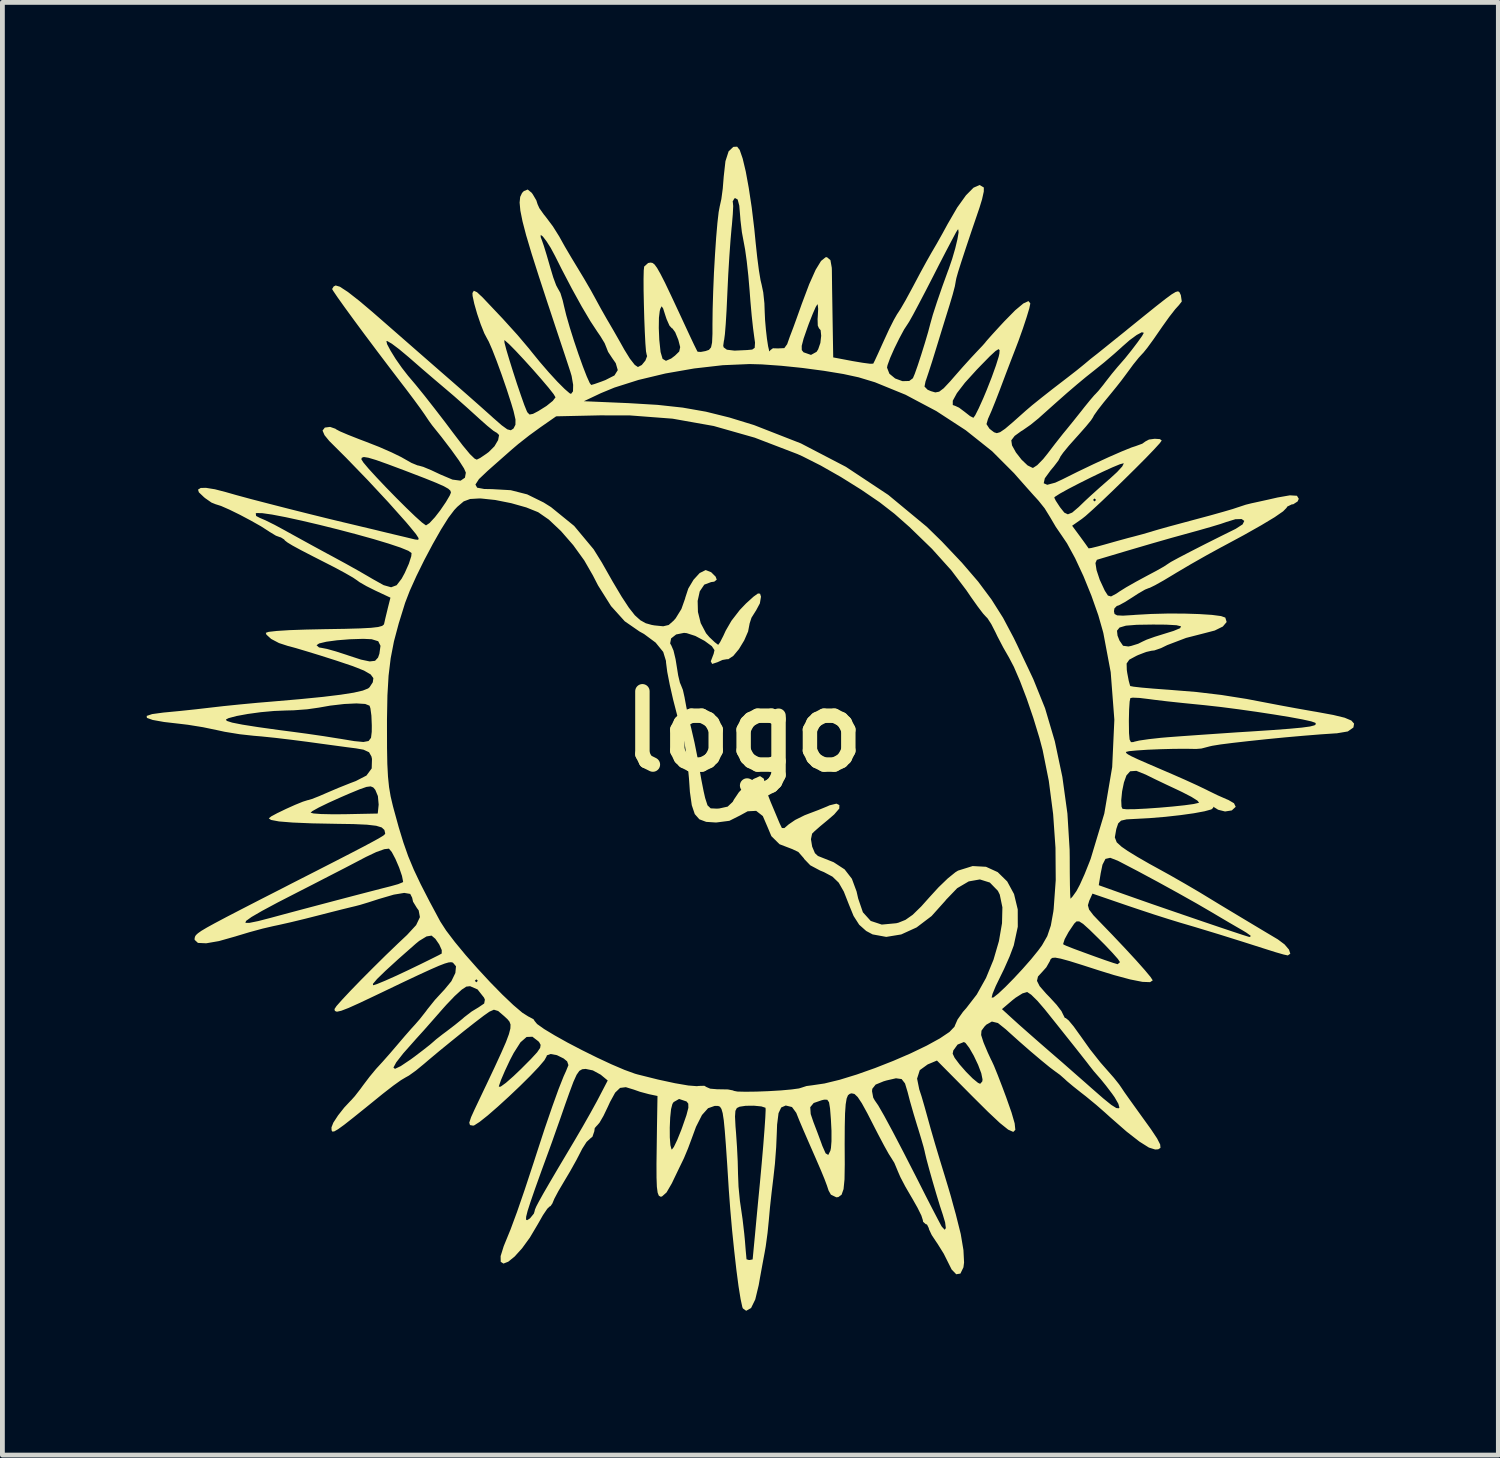
<source format=kicad_pcb>
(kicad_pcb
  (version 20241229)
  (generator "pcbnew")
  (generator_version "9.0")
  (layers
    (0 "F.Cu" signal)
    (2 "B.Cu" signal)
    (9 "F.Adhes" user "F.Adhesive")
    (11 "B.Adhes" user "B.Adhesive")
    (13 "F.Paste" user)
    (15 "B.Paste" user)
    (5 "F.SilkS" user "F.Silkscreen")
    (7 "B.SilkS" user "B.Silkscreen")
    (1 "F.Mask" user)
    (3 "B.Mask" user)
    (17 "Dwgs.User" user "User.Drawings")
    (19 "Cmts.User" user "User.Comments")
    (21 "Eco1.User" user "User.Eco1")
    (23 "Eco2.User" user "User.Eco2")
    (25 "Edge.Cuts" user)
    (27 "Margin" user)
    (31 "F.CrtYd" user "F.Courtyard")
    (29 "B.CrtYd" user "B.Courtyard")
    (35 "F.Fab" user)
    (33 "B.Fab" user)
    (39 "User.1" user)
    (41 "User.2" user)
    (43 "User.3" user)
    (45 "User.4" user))
  (footprint "logo"
    (layer "F.Cu")
    (at 12.413 12.159)
    (property "Reference" "logo" (at 0 0 0) (layer "F.SilkS") (effects (font (size 1.524 1.524) (thickness 0.3))))
    (attr board_only exclude_from_pos_files exclude_from_bom)
    (fp_poly (pts (xy -0.081 -12.09) (xy -0.02 -11.913) (xy 0.044 -11.645) (xy 0.107 -11.3) (xy 0.168 -10.896) (xy 0.222 -10.448) (xy 0.251 -10.154) (xy 0.283 -9.856) (xy 0.318 -9.587) (xy 0.352 -9.382) (xy 0.374 -9.291) (xy 0.408 -9.129) (xy 0.432 -8.902) (xy 0.438 -8.732) (xy 0.446 -8.555) (xy 0.463 -8.357) (xy 0.485 -8.166) (xy 0.509 -8.009) (xy 0.532 -7.912) (xy 0.548 -7.903) (xy 0.552 -7.925) (xy 0.609 -7.967) (xy 0.713 -7.964) (xy 0.846 -7.97) (xy 0.88 -8.017) (xy 1.208 -8.017) (xy 1.209 -7.93) (xy 1.246 -7.883) (xy 1.247 -7.883) (xy 1.401 -7.829) (xy 1.517 -7.893) (xy 1.55 -7.945) (xy 1.596 -8.078) (xy 1.613 -8.227) (xy 1.601 -8.344) (xy 1.566 -8.384) (xy 1.542 -8.439) (xy 1.538 -8.575) (xy 1.542 -8.632) (xy 1.55 -8.787) (xy 1.541 -8.874) (xy 1.534 -8.881) (xy 1.5 -8.827) (xy 1.437 -8.683) (xy 1.356 -8.478) (xy 1.331 -8.409) (xy 1.247 -8.168) (xy 1.208 -8.017) (xy 0.88 -8.017) (xy 0.905 -8.051) (xy 0.961 -8.21) (xy 0.992 -8.291) (xy 1.036 -8.407) (xy 1.107 -8.603) (xy 1.191 -8.838) (xy 1.206 -8.881) (xy 1.363 -9.298) (xy 1.497 -9.598) (xy 1.61 -9.783) (xy 1.704 -9.859) (xy 1.733 -9.861) (xy 1.805 -9.8) (xy 1.833 -9.642) (xy 1.835 -9.594) (xy 1.837 -9.435) (xy 1.84 -9.186) (xy 1.845 -8.882) (xy 1.85 -8.562) (xy 1.863 -7.777) (xy 2.27 -7.7) (xy 2.478 -7.665) (xy 2.631 -7.645) (xy 2.695 -7.647) (xy 2.727 -7.71) (xy 2.796 -7.859) (xy 2.889 -8.065) (xy 2.921 -8.135) (xy 3.027 -8.365) (xy 3.124 -8.558) (xy 3.193 -8.679) (xy 3.204 -8.694) (xy 3.266 -8.79) (xy 3.367 -8.964) (xy 3.488 -9.187) (xy 3.54 -9.284) (xy 3.673 -9.535) (xy 3.8 -9.767) (xy 3.899 -9.942) (xy 3.921 -9.98) (xy 4.016 -10.142) (xy 4.139 -10.361) (xy 4.242 -10.55) (xy 4.441 -10.893) (xy 4.623 -11.147) (xy 4.78 -11.306) (xy 4.907 -11.362) (xy 4.995 -11.31) (xy 4.994 -11.226) (xy 4.958 -11.064) (xy 4.905 -10.891) (xy 4.741 -10.41) (xy 4.615 -10.034) (xy 4.523 -9.753) (xy 4.46 -9.554) (xy 4.424 -9.426) (xy 4.41 -9.357) (xy 4.409 -9.348) (xy 4.392 -9.254) (xy 4.346 -9.08) (xy 4.285 -8.875) (xy 4.205 -8.618) (xy 4.108 -8.304) (xy 4.013 -7.994) (xy 3.999 -7.949) (xy 3.92 -7.693) (xy 3.847 -7.468) (xy 3.795 -7.312) (xy 3.783 -7.28) (xy 3.761 -7.171) (xy 3.825 -7.105) (xy 3.895 -7.075) (xy 3.986 -7.049) (xy 4.066 -7.064) (xy 4.16 -7.135) (xy 4.295 -7.279) (xy 4.375 -7.371) (xy 4.554 -7.575) (xy 4.727 -7.766) (xy 4.856 -7.904) (xy 4.859 -7.907) (xy 4.967 -8.021) (xy 5.027 -8.089) (xy 5.03 -8.095) (xy 5.07 -8.142) (xy 5.175 -8.26) (xy 5.328 -8.427) (xy 5.419 -8.525) (xy 5.647 -8.757) (xy 5.817 -8.899) (xy 5.923 -8.948) (xy 5.961 -8.901) (xy 5.961 -8.896) (xy 5.94 -8.796) (xy 5.885 -8.613) (xy 5.807 -8.377) (xy 5.716 -8.122) (xy 5.65 -7.949) (xy 5.561 -7.719) (xy 5.451 -7.431) (xy 5.343 -7.144) (xy 5.333 -7.117) (xy 5.239 -6.874) (xy 5.154 -6.663) (xy 5.092 -6.522) (xy 5.082 -6.5) (xy 5.05 -6.39) (xy 5.111 -6.296) (xy 5.146 -6.267) (xy 5.208 -6.22) (xy 5.264 -6.202) (xy 5.333 -6.222) (xy 5.436 -6.292) (xy 5.589 -6.422) (xy 5.813 -6.621) (xy 5.861 -6.664) (xy 5.999 -6.782) (xy 6.202 -6.945) (xy 6.431 -7.125) (xy 6.518 -7.192) (xy 6.734 -7.358) (xy 6.923 -7.505) (xy 7.054 -7.611) (xy 7.088 -7.639) (xy 7.212 -7.743) (xy 7.277 -7.794) (xy 7.355 -7.855) (xy 7.508 -7.978) (xy 7.714 -8.144) (xy 7.953 -8.336) (xy 7.973 -8.353) (xy 8.319 -8.633) (xy 8.58 -8.843) (xy 8.77 -8.992) (xy 8.9 -9.088) (xy 8.984 -9.138) (xy 9.033 -9.151) (xy 9.061 -9.135) (xy 9.08 -9.097) (xy 9.092 -9.069) (xy 9.111 -8.94) (xy 9.052 -8.864) (xy 8.974 -8.778) (xy 8.85 -8.619) (xy 8.705 -8.416) (xy 8.663 -8.355) (xy 8.519 -8.147) (xy 8.395 -7.977) (xy 8.31 -7.872) (xy 8.296 -7.858) (xy 8.217 -7.772) (xy 8.1 -7.627) (xy 8.04 -7.545) (xy 7.935 -7.403) (xy 7.849 -7.288) (xy 7.756 -7.17) (xy 7.63 -7.015) (xy 7.487 -6.841) (xy 7.366 -6.686) (xy 7.285 -6.571) (xy 7.264 -6.53) (xy 7.224 -6.469) (xy 7.119 -6.341) (xy 6.97 -6.172) (xy 6.923 -6.12) (xy 6.764 -5.942) (xy 6.646 -5.798) (xy 6.586 -5.713) (xy 6.583 -5.703) (xy 6.545 -5.632) (xy 6.449 -5.506) (xy 6.387 -5.433) (xy 6.263 -5.263) (xy 6.24 -5.16) (xy 6.314 -5.128) (xy 6.479 -5.172) (xy 6.622 -5.238) (xy 6.947 -5.4) (xy 7.279 -5.559) (xy 7.593 -5.704) (xy 7.863 -5.822) (xy 8.065 -5.904) (xy 8.154 -5.933) (xy 8.29 -5.983) (xy 8.357 -6.031) (xy 8.429 -6.069) (xy 8.548 -6.085) (xy 8.656 -6.078) (xy 8.694 -6.049) (xy 8.652 -5.991) (xy 8.536 -5.864) (xy 8.364 -5.685) (xy 8.153 -5.473) (xy 7.919 -5.242) (xy 7.681 -5.01) (xy 7.455 -4.794) (xy 7.258 -4.611) (xy 7.108 -4.477) (xy 7.033 -4.418) (xy 6.831 -4.277) (xy 7 -4.048) (xy 7.101 -3.909) (xy 7.164 -3.82) (xy 7.174 -3.806) (xy 7.231 -3.814) (xy 7.373 -3.849) (xy 7.518 -3.889) (xy 7.762 -3.958) (xy 8.003 -4.024) (xy 8.104 -4.05) (xy 8.306 -4.104) (xy 8.484 -4.156) (xy 8.508 -4.164) (xy 8.627 -4.199) (xy 8.837 -4.258) (xy 9.108 -4.331) (xy 9.409 -4.412) (xy 9.707 -4.492) (xy 9.97 -4.566) (xy 10.169 -4.624) (xy 10.277 -4.66) (xy 10.278 -4.66) (xy 10.441 -4.714) (xy 10.557 -4.743) (xy 10.7 -4.774) (xy 10.913 -4.821) (xy 11.102 -4.864) (xy 11.359 -4.909) (xy 11.506 -4.9) (xy 11.544 -4.837) (xy 11.52 -4.782) (xy 11.43 -4.724) (xy 11.397 -4.72) (xy 11.305 -4.675) (xy 11.289 -4.648) (xy 11.218 -4.576) (xy 11.042 -4.454) (xy 10.766 -4.288) (xy 10.398 -4.08) (xy 9.943 -3.835) (xy 9.936 -3.832) (xy 9.631 -3.665) (xy 9.298 -3.476) (xy 9 -3.3) (xy 8.946 -3.267) (xy 8.731 -3.138) (xy 8.556 -3.04) (xy 8.446 -2.986) (xy 8.427 -2.981) (xy 8.347 -2.949) (xy 8.204 -2.866) (xy 8.095 -2.795) (xy 7.929 -2.69) (xy 7.803 -2.622) (xy 7.76 -2.608) (xy 7.71 -2.557) (xy 7.701 -2.498) (xy 7.713 -2.442) (xy 7.767 -2.413) (xy 7.889 -2.407) (xy 8.105 -2.42) (xy 8.151 -2.424) (xy 8.472 -2.442) (xy 8.816 -2.451) (xy 9.158 -2.45) (xy 9.473 -2.44) (xy 9.738 -2.423) (xy 9.928 -2.398) (xy 10.016 -2.367) (xy 10.044 -2.275) (xy 9.965 -2.181) (xy 9.797 -2.098) (xy 9.586 -2.043) (xy 9.2 -1.944) (xy 8.809 -1.795) (xy 8.68 -1.732) (xy 8.541 -1.684) (xy 8.48 -1.677) (xy 8.367 -1.651) (xy 8.204 -1.588) (xy 8.163 -1.569) (xy 8.02 -1.492) (xy 7.964 -1.412) (xy 7.968 -1.277) (xy 7.977 -1.215) (xy 8.008 -1.053) (xy 8.035 -0.954) (xy 8.041 -0.943) (xy 8.109 -0.93) (xy 8.276 -0.911) (xy 8.518 -0.89) (xy 8.81 -0.868) (xy 8.83 -0.867) (xy 9.413 -0.82) (xy 9.935 -0.758) (xy 10.459 -0.675) (xy 10.888 -0.593) (xy 11.165 -0.54) (xy 11.502 -0.478) (xy 11.836 -0.419) (xy 11.914 -0.406) (xy 12.261 -0.342) (xy 12.497 -0.285) (xy 12.637 -0.226) (xy 12.694 -0.162) (xy 12.681 -0.086) (xy 12.677 -0.079) (xy 12.563 0.001) (xy 12.332 0.04) (xy 12.318 0.04) (xy 12.005 0.061) (xy 11.645 0.09) (xy 11.259 0.124) (xy 10.872 0.162) (xy 10.504 0.201) (xy 10.178 0.238) (xy 9.917 0.271) (xy 9.744 0.299) (xy 9.688 0.312) (xy 9.52 0.356) (xy 9.409 0.365) (xy 9.197 0.361) (xy 8.94 0.363) (xy 8.666 0.37) (xy 8.401 0.381) (xy 8.175 0.396) (xy 8.015 0.411) (xy 7.95 0.427) (xy 7.949 0.428) (xy 7.957 0.45) (xy 7.991 0.477) (xy 8.066 0.518) (xy 8.2 0.581) (xy 8.408 0.672) (xy 8.705 0.8) (xy 8.912 0.889) (xy 9.176 1.005) (xy 9.43 1.121) (xy 9.626 1.215) (xy 9.657 1.231) (xy 9.856 1.328) (xy 10.042 1.41) (xy 10.081 1.426) (xy 10.197 1.494) (xy 10.232 1.567) (xy 10.232 1.568) (xy 10.151 1.643) (xy 10.011 1.665) (xy 9.867 1.629) (xy 9.828 1.604) (xy 9.764 1.565) (xy 9.766 1.588) (xy 9.726 1.622) (xy 9.584 1.661) (xy 9.363 1.702) (xy 9.084 1.741) (xy 8.771 1.776) (xy 8.445 1.803) (xy 8.17 1.818) (xy 7.964 1.829) (xy 7.849 1.855) (xy 7.789 1.913) (xy 7.752 2.022) (xy 7.746 2.048) (xy 7.719 2.204) (xy 7.758 2.306) (xy 7.859 2.398) (xy 7.988 2.487) (xy 8.192 2.612) (xy 8.437 2.753) (xy 8.563 2.822) (xy 8.862 2.987) (xy 9.182 3.17) (xy 9.467 3.337) (xy 9.533 3.377) (xy 9.916 3.61) (xy 10.365 3.88) (xy 10.837 4.163) (xy 11.109 4.325) (xy 11.248 4.429) (xy 11.34 4.537) (xy 11.368 4.622) (xy 11.317 4.658) (xy 11.315 4.658) (xy 11.23 4.64) (xy 11.064 4.592) (xy 10.861 4.528) (xy 10.394 4.379) (xy 9.883 4.219) (xy 9.386 4.068) (xy 9.067 3.974) (xy 8.839 3.904) (xy 8.537 3.808) (xy 8.205 3.698) (xy 7.959 3.615) (xy 7.254 3.373) (xy 7.187 3.521) (xy 7.159 3.615) (xy 7.183 3.704) (xy 7.273 3.822) (xy 7.376 3.93) (xy 7.665 4.229) (xy 7.931 4.51) (xy 8.161 4.759) (xy 8.342 4.963) (xy 8.461 5.106) (xy 8.507 5.176) (xy 8.507 5.177) (xy 8.452 5.214) (xy 8.293 5.208) (xy 8.04 5.158) (xy 7.702 5.067) (xy 7.398 4.973) (xy 7.035 4.856) (xy 6.772 4.774) (xy 6.593 4.725) (xy 6.48 4.704) (xy 6.416 4.71) (xy 6.383 4.738) (xy 6.367 4.778) (xy 6.294 4.906) (xy 6.209 5.001) (xy 6.121 5.097) (xy 6.1 5.187) (xy 6.155 5.297) (xy 6.292 5.454) (xy 6.363 5.527) (xy 6.508 5.685) (xy 6.609 5.816) (xy 6.642 5.884) (xy 6.679 5.957) (xy 6.7 5.962) (xy 6.759 6.01) (xy 6.863 6.135) (xy 6.99 6.312) (xy 6.995 6.318) (xy 7.201 6.608) (xy 7.421 6.886) (xy 7.695 7.198) (xy 7.701 7.205) (xy 7.807 7.338) (xy 7.856 7.409) (xy 7.918 7.502) (xy 8.035 7.667) (xy 8.185 7.876) (xy 8.272 7.997) (xy 8.471 8.273) (xy 8.599 8.466) (xy 8.662 8.59) (xy 8.668 8.66) (xy 8.621 8.69) (xy 8.558 8.694) (xy 8.428 8.654) (xy 8.231 8.53) (xy 7.963 8.321) (xy 7.62 8.021) (xy 7.514 7.925) (xy 7.332 7.766) (xy 7.117 7.589) (xy 7.018 7.512) (xy 6.853 7.381) (xy 6.724 7.273) (xy 6.677 7.229) (xy 6.577 7.141) (xy 6.483 7.073) (xy 6.366 6.985) (xy 6.184 6.836) (xy 5.964 6.65) (xy 5.734 6.449) (xy 5.52 6.257) (xy 5.452 6.195) (xy 5.288 6.064) (xy 5.162 6.033) (xy 5.047 6.098) (xy 5.008 6.138) (xy 4.946 6.223) (xy 4.939 6.313) (xy 4.985 6.458) (xy 5 6.496) (xy 5.077 6.678) (xy 5.146 6.827) (xy 5.159 6.851) (xy 5.206 6.953) (xy 5.283 7.143) (xy 5.379 7.392) (xy 5.46 7.609) (xy 5.571 7.925) (xy 5.636 8.15) (xy 5.65 8.285) (xy 5.607 8.328) (xy 5.501 8.281) (xy 5.328 8.142) (xy 5.082 7.911) (xy 4.758 7.589) (xy 4.752 7.583) (xy 4.02 6.844) (xy 3.827 6.925) (xy 3.663 7.044) (xy 3.607 7.22) (xy 3.652 7.443) (xy 3.7 7.589) (xy 3.763 7.806) (xy 3.82 8.011) (xy 3.89 8.264) (xy 3.981 8.578) (xy 4.076 8.895) (xy 4.1 8.974) (xy 4.181 9.238) (xy 4.252 9.473) (xy 4.302 9.642) (xy 4.315 9.688) (xy 4.361 9.858) (xy 4.416 10.055) (xy 4.417 10.061) (xy 4.515 10.452) (xy 4.571 10.786) (xy 4.584 11.043) (xy 4.571 11.144) (xy 4.508 11.274) (xy 4.421 11.288) (xy 4.326 11.19) (xy 4.266 11.07) (xy 4.161 10.86) (xy 4.03 10.65) (xy 4.011 10.623) (xy 3.911 10.472) (xy 3.855 10.353) (xy 3.85 10.328) (xy 3.813 10.253) (xy 3.788 10.247) (xy 3.732 10.197) (xy 3.726 10.16) (xy 3.696 10.067) (xy 3.615 9.903) (xy 3.501 9.702) (xy 3.487 9.679) (xy 3.361 9.462) (xy 3.259 9.267) (xy 3.201 9.133) (xy 3.2 9.129) (xy 3.134 8.972) (xy 3.078 8.881) (xy 3.018 8.787) (xy 2.92 8.611) (xy 2.8 8.384) (xy 2.731 8.25) (xy 2.574 7.943) (xy 2.458 7.732) (xy 2.372 7.603) (xy 2.305 7.539) (xy 2.245 7.526) (xy 2.208 7.536) (xy 2.17 7.566) (xy 2.142 7.635) (xy 2.122 7.756) (xy 2.109 7.944) (xy 2.103 8.215) (xy 2.101 8.582) (xy 2.103 9.005) (xy 2.098 9.314) (xy 2.078 9.517) (xy 2.037 9.634) (xy 1.97 9.683) (xy 1.928 9.688) (xy 1.815 9.633) (xy 1.767 9.548) (xy 1.732 9.442) (xy 1.682 9.309) (xy 1.608 9.129) (xy 1.5 8.879) (xy 1.351 8.539) (xy 1.247 8.3) (xy 1.16 8.095) (xy 1.105 7.958) (xy 1.095 7.932) (xy 1.008 7.814) (xy 1.385 7.814) (xy 1.395 7.957) (xy 1.451 8.122) (xy 1.535 8.342) (xy 1.613 8.552) (xy 1.636 8.617) (xy 1.705 8.773) (xy 1.76 8.807) (xy 1.804 8.719) (xy 1.816 8.662) (xy 1.827 8.521) (xy 1.827 8.304) (xy 1.815 8.068) (xy 1.797 7.84) (xy 1.776 7.712) (xy 1.739 7.659) (xy 1.676 7.657) (xy 1.622 7.67) (xy 1.457 7.727) (xy 1.385 7.814) (xy 1.008 7.814) (xy 1.006 7.811) (xy 0.876 7.779) (xy 0.782 7.82) (xy 0.726 7.938) (xy 0.696 8.177) (xy 0.69 8.343) (xy 0.677 8.645) (xy 0.651 8.991) (xy 0.618 9.288) (xy 0.582 9.587) (xy 0.548 9.898) (xy 0.525 10.153) (xy 0.525 10.154) (xy 0.498 10.425) (xy 0.46 10.706) (xy 0.437 10.837) (xy 0.391 11.084) (xy 0.339 11.369) (xy 0.314 11.513) (xy 0.242 11.812) (xy 0.155 11.99) (xy 0.053 12.048) (xy -0.015 11.999) (xy -0.027 11.97) (xy -0.063 11.804) (xy -0.106 11.537) (xy -0.151 11.194) (xy -0.196 10.797) (xy -0.24 10.37) (xy -0.278 9.937) (xy -0.309 9.521) (xy -0.31 9.502) (xy -0.342 8.996) (xy -0.369 8.6) (xy -0.392 8.301) (xy -0.413 8.085) (xy -0.425 8.009) (xy -0.179 8.009) (xy -0.169 8.212) (xy -0.158 8.344) (xy -0.138 8.639) (xy -0.123 8.938) (xy -0.117 9.179) (xy -0.117 9.191) (xy -0.106 9.467) (xy -0.077 9.765) (xy -0.061 9.874) (xy -0.022 10.143) (xy 0.013 10.444) (xy 0.027 10.589) (xy 0.043 10.788) (xy 0.056 10.929) (xy 0.06 10.977) (xy 0.111 10.992) (xy 0.124 10.992) (xy 0.186 10.98) (xy 0.188 10.977) (xy 0.194 10.913) (xy 0.21 10.743) (xy 0.235 10.482) (xy 0.266 10.148) (xy 0.303 9.758) (xy 0.337 9.409) (xy 0.376 8.983) (xy 0.409 8.6) (xy 0.434 8.276) (xy 0.451 8.027) (xy 0.458 7.872) (xy 0.455 7.826) (xy 0.369 7.798) (xy 0.214 7.783) (xy 0.043 7.785) (xy -0.084 7.804) (xy -0.141 7.832) (xy -0.171 7.891) (xy -0.179 8.009) (xy -0.425 8.009) (xy -0.435 7.94) (xy -0.461 7.851) (xy -0.492 7.804) (xy -0.531 7.788) (xy -0.58 7.787) (xy -0.604 7.788) (xy -0.74 7.836) (xy -0.866 7.977) (xy -0.99 8.222) (xy -1.076 8.456) (xy -1.156 8.671) (xy -1.239 8.87) (xy -1.259 8.912) (xy -1.341 9.081) (xy -1.444 9.295) (xy -1.492 9.396) (xy -1.603 9.587) (xy -1.699 9.672) (xy -1.729 9.675) (xy -1.764 9.653) (xy -1.788 9.59) (xy -1.804 9.47) (xy -1.811 9.277) (xy -1.812 8.992) (xy -1.807 8.619) (xy -1.802 8.238) (xy -1.536 8.238) (xy -1.535 8.441) (xy -1.523 8.603) (xy -1.5 8.689) (xy -1.491 8.694) (xy -1.45 8.64) (xy -1.381 8.496) (xy -1.298 8.291) (xy -1.273 8.222) (xy -1.189 7.98) (xy -1.149 7.827) (xy -1.151 7.74) (xy -1.187 7.695) (xy -1.342 7.643) (xy -1.456 7.708) (xy -1.481 7.747) (xy -1.509 7.855) (xy -1.527 8.03) (xy -1.536 8.238) (xy -1.802 8.238) (xy -1.791 7.581) (xy -1.967 7.544) (xy -2.154 7.494) (xy -2.285 7.448) (xy -2.449 7.398) (xy -2.569 7.413) (xy -2.671 7.511) (xy -2.778 7.706) (xy -2.819 7.796) (xy -2.914 7.994) (xy -2.997 8.137) (xy -3.049 8.197) (xy -3.052 8.198) (xy -3.096 8.249) (xy -3.105 8.315) (xy -3.144 8.429) (xy -3.189 8.465) (xy -3.266 8.537) (xy -3.357 8.68) (xy -3.385 8.735) (xy -3.477 8.913) (xy -3.606 9.144) (xy -3.736 9.363) (xy -3.853 9.561) (xy -3.937 9.72) (xy -3.974 9.809) (xy -3.975 9.813) (xy -4.016 9.873) (xy -4.028 9.874) (xy -4.082 9.925) (xy -4.172 10.058) (xy -4.279 10.246) (xy -4.282 10.251) (xy -4.445 10.526) (xy -4.609 10.751) (xy -4.762 10.92) (xy -4.894 11.027) (xy -4.994 11.066) (xy -5.051 11.029) (xy -5.053 10.911) (xy -4.989 10.705) (xy -4.963 10.641) (xy -4.846 10.355) (xy -4.771 10.152) (xy -4.525 10.152) (xy -4.503 10.164) (xy -4.461 10.139) (xy -4.44 10.123) (xy -4.362 10.027) (xy -4.347 9.979) (xy -4.339 9.943) (xy -4.311 9.877) (xy -4.255 9.771) (xy -4.166 9.611) (xy -4.035 9.385) (xy -3.857 9.082) (xy -3.624 8.69) (xy -3.514 8.505) (xy -3.351 8.226) (xy -3.188 7.939) (xy -3.052 7.692) (xy -3.012 7.616) (xy -2.826 7.259) (xy -2.972 7.138) (xy -3.135 7.049) (xy -3.285 7.018) (xy -3.357 7.025) (xy -3.416 7.059) (xy -3.473 7.14) (xy -3.539 7.286) (xy -3.625 7.517) (xy -3.707 7.747) (xy -3.811 8.047) (xy -3.908 8.32) (xy -3.984 8.536) (xy -4.03 8.663) (xy -4.203 9.136) (xy -4.335 9.504) (xy -4.43 9.779) (xy -4.492 9.971) (xy -4.522 10.091) (xy -4.525 10.152) (xy -4.771 10.152) (xy -4.711 9.99) (xy -4.553 9.532) (xy -4.368 8.971) (xy -4.309 8.788) (xy -4.136 8.258) (xy -3.98 7.804) (xy -3.848 7.438) (xy -3.743 7.173) (xy -3.694 7.065) (xy -3.643 6.939) (xy -3.67 6.861) (xy -3.743 6.801) (xy -3.883 6.732) (xy -4.013 6.708) (xy -4.091 6.736) (xy -4.099 6.761) (xy -4.143 6.839) (xy -4.262 6.979) (xy -4.438 7.164) (xy -4.651 7.375) (xy -4.882 7.594) (xy -5.111 7.803) (xy -5.32 7.985) (xy -5.49 8.12) (xy -5.6 8.191) (xy -5.623 8.198) (xy -5.69 8.186) (xy -5.705 8.136) (xy -5.667 8.021) (xy -5.594 7.86) (xy -5.37 7.389) (xy -5.09 7.389) (xy -5.051 7.386) (xy -4.943 7.308) (xy -4.784 7.168) (xy -4.628 7.019) (xy -4.423 6.813) (xy -4.294 6.673) (xy -4.231 6.581) (xy -4.221 6.518) (xy -4.251 6.463) (xy -4.268 6.444) (xy -4.392 6.349) (xy -4.513 6.354) (xy -4.64 6.465) (xy -4.782 6.688) (xy -4.857 6.831) (xy -4.963 7.057) (xy -5.045 7.248) (xy -5.087 7.37) (xy -5.09 7.389) (xy -5.37 7.389) (xy -5.362 7.373) (xy -5.179 6.986) (xy -5.041 6.686) (xy -4.942 6.46) (xy -4.88 6.294) (xy -4.85 6.177) (xy -4.847 6.095) (xy -4.869 6.035) (xy -4.91 5.985) (xy -4.967 5.932) (xy -4.979 5.921) (xy -5.104 5.814) (xy -5.193 5.787) (xy -5.286 5.828) (xy -5.401 5.909) (xy -5.587 6.051) (xy -5.82 6.234) (xy -6.074 6.439) (xy -6.328 6.646) (xy -6.555 6.836) (xy -6.645 6.913) (xy -6.814 7.052) (xy -6.959 7.156) (xy -7.029 7.195) (xy -7.125 7.252) (xy -7.285 7.366) (xy -7.477 7.515) (xy -7.515 7.545) (xy -7.86 7.825) (xy -8.12 8.034) (xy -8.307 8.181) (xy -8.433 8.272) (xy -8.511 8.317) (xy -8.552 8.322) (xy -8.568 8.295) (xy -8.57 8.245) (xy -8.57 8.233) (xy -8.532 8.136) (xy -8.434 7.986) (xy -8.305 7.822) (xy -8.172 7.68) (xy -8.161 7.67) (xy -8.085 7.585) (xy -7.972 7.44) (xy -7.913 7.359) (xy -7.778 7.181) (xy -7.649 7.025) (xy -7.618 6.99) (xy -7.282 6.99) (xy -7.25 7.017) (xy -7.13 6.96) (xy -6.92 6.819) (xy -6.837 6.758) (xy -6.66 6.623) (xy -6.524 6.516) (xy -6.459 6.46) (xy -6.459 6.46) (xy -6.394 6.403) (xy -6.265 6.302) (xy -6.179 6.238) (xy -6.004 6.104) (xy -5.851 5.98) (xy -5.807 5.941) (xy -5.656 5.825) (xy -5.511 5.737) (xy -5.395 5.658) (xy -5.38 5.578) (xy -5.399 5.535) (xy -5.533 5.365) (xy -5.688 5.298) (xy -5.767 5.307) (xy -5.862 5.37) (xy -6.009 5.504) (xy -6.182 5.685) (xy -6.251 5.762) (xy -6.45 5.989) (xy -6.649 6.215) (xy -6.814 6.397) (xy -6.841 6.428) (xy -7.077 6.694) (xy -7.224 6.882) (xy -7.282 6.99) (xy -7.618 6.99) (xy -7.609 6.981) (xy -7.504 6.866) (xy -7.353 6.695) (xy -7.204 6.521) (xy -7.048 6.338) (xy -6.912 6.183) (xy -6.829 6.092) (xy -6.731 5.979) (xy -6.607 5.821) (xy -6.574 5.776) (xy -6.418 5.582) (xy -6.245 5.394) (xy -6.224 5.372) (xy -6.077 5.194) (xy -6.073 5.186) (xy -5.589 5.186) (xy -5.558 5.217) (xy -5.527 5.186) (xy -5.558 5.155) (xy -5.589 5.186) (xy -6.073 5.186) (xy -5.994 5.023) (xy -5.981 4.884) (xy -6.045 4.808) (xy -6.083 4.799) (xy -6.135 4.804) (xy -6.215 4.827) (xy -6.337 4.874) (xy -6.513 4.951) (xy -6.757 5.063) (xy -7.082 5.216) (xy -7.501 5.417) (xy -7.652 5.489) (xy -7.981 5.645) (xy -8.214 5.75) (xy -8.367 5.809) (xy -8.457 5.829) (xy -8.499 5.813) (xy -8.508 5.774) (xy -8.466 5.711) (xy -8.349 5.579) (xy -8.173 5.391) (xy -8.035 5.249) (xy -7.708 5.249) (xy -7.706 5.279) (xy -7.622 5.253) (xy -7.452 5.183) (xy -7.221 5.08) (xy -6.966 4.96) (xy -6.705 4.834) (xy -6.488 4.727) (xy -6.338 4.652) (xy -6.278 4.619) (xy -6.277 4.547) (xy -6.33 4.429) (xy -6.41 4.313) (xy -6.489 4.246) (xy -6.593 4.263) (xy -6.746 4.356) (xy -6.816 4.413) (xy -7.179 4.733) (xy -7.447 4.978) (xy -7.623 5.149) (xy -7.708 5.249) (xy -8.035 5.249) (xy -7.954 5.165) (xy -7.705 4.915) (xy -7.444 4.657) (xy -7.184 4.407) (xy -6.998 4.232) (xy -6.81 4.028) (xy -6.731 3.862) (xy -6.757 3.722) (xy -6.795 3.67) (xy -6.874 3.541) (xy -6.893 3.457) (xy -6.933 3.379) (xy -7.057 3.358) (xy -7.274 3.394) (xy -7.582 3.484) (xy -7.799 3.554) (xy -7.977 3.608) (xy -8.073 3.633) (xy -8.169 3.656) (xy -8.356 3.702) (xy -8.605 3.765) (xy -8.819 3.82) (xy -9.126 3.898) (xy -9.424 3.97) (xy -9.672 4.026) (xy -9.781 4.049) (xy -10 4.1) (xy -10.276 4.175) (xy -10.552 4.258) (xy -10.557 4.26) (xy -10.91 4.36) (xy -11.175 4.406) (xy -11.347 4.398) (xy -11.416 4.334) (xy -11.416 4.301) (xy -11.408 4.268) (xy -11.389 4.236) (xy -11.348 4.198) (xy -11.276 4.147) (xy -11.16 4.078) (xy -10.991 3.985) (xy -10.983 3.981) (xy -10.36 3.981) (xy -10.275 3.981) (xy -10.093 3.944) (xy -9.831 3.876) (xy -9.55 3.8) (xy -9.21 3.709) (xy -8.836 3.61) (xy -8.454 3.509) (xy -8.089 3.413) (xy -7.766 3.329) (xy -7.511 3.263) (xy -7.349 3.222) (xy -7.344 3.221) (xy -7.184 3.176) (xy -7.09 3.138) (xy -7.08 3.127) (xy -7.104 3.005) (xy -7.163 2.832) (xy -7.24 2.652) (xy -7.317 2.507) (xy -7.375 2.438) (xy -7.472 2.449) (xy -7.64 2.509) (xy -7.844 2.606) (xy -7.847 2.607) (xy -8.03 2.703) (xy -8.296 2.842) (xy -8.619 3.008) (xy -8.972 3.19) (xy -9.252 3.333) (xy -9.688 3.557) (xy -10.014 3.732) (xy -10.233 3.859) (xy -10.347 3.941) (xy -10.36 3.981) (xy -10.983 3.981) (xy -10.757 3.861) (xy -10.448 3.701) (xy -10.052 3.497) (xy -9.56 3.246) (xy -9.409 3.168) (xy -8.891 2.904) (xy -8.473 2.69) (xy -8.145 2.521) (xy -7.895 2.391) (xy -7.714 2.294) (xy -7.59 2.226) (xy -7.512 2.179) (xy -7.471 2.149) (xy -7.455 2.13) (xy -7.453 2.121) (xy -7.47 2.049) (xy -7.526 1.997) (xy -7.641 1.962) (xy -7.83 1.94) (xy -8.111 1.927) (xy -8.448 1.922) (xy -8.974 1.912) (xy -9.379 1.895) (xy -9.662 1.872) (xy -9.827 1.841) (xy -9.874 1.808) (xy -9.823 1.767) (xy -9.691 1.696) (xy -9.675 1.689) (xy -9.005 1.689) (xy -8.947 1.706) (xy -8.79 1.718) (xy -8.558 1.723) (xy -8.306 1.722) (xy -7.608 1.708) (xy -7.589 1.522) (xy -7.605 1.345) (xy -7.659 1.215) (xy -7.702 1.165) (xy -7.756 1.143) (xy -7.842 1.154) (xy -7.983 1.203) (xy -8.203 1.294) (xy -8.376 1.369) (xy -8.629 1.483) (xy -8.833 1.582) (xy -8.966 1.656) (xy -9.005 1.689) (xy -9.675 1.689) (xy -9.514 1.611) (xy -9.327 1.527) (xy -9.165 1.461) (xy -9.063 1.429) (xy -9.053 1.428) (xy -8.976 1.405) (xy -8.824 1.345) (xy -8.681 1.283) (xy -8.433 1.177) (xy -8.175 1.074) (xy -8.064 1.032) (xy -7.843 0.918) (xy -7.734 0.77) (xy -7.728 0.572) (xy -7.739 0.522) (xy -7.789 0.433) (xy -7.904 0.38) (xy -8.063 0.352) (xy -8.244 0.329) (xy -8.51 0.293) (xy -8.82 0.251) (xy -9.067 0.217) (xy -9.402 0.174) (xy -9.738 0.134) (xy -10.03 0.104) (xy -10.185 0.091) (xy -10.477 0.059) (xy -10.79 0.008) (xy -10.961 -0.029) (xy -11.245 -0.088) (xy -11.556 -0.138) (xy -11.706 -0.156) (xy -12.052 -0.196) (xy -12.287 -0.238) (xy -12.315 -0.248) (xy -10.765 -0.248) (xy -10.748 -0.219) (xy -10.636 -0.183) (xy -10.423 -0.141) (xy -10.101 -0.09) (xy -9.664 -0.029) (xy -9.409 0.004) (xy -9.082 0.048) (xy -8.731 0.099) (xy -8.424 0.148) (xy -8.384 0.154) (xy -8.095 0.202) (xy -7.907 0.22) (xy -7.799 0.2) (xy -7.748 0.133) (xy -7.733 0.009) (xy -7.732 -0.093) (xy -7.416 -0.093) (xy -7.415 0.341) (xy -7.409 0.677) (xy -7.395 0.941) (xy -7.373 1.157) (xy -7.34 1.352) (xy -7.293 1.551) (xy -7.276 1.615) (xy -7.172 1.993) (xy -7.075 2.31) (xy -6.975 2.595) (xy -6.858 2.876) (xy -6.714 3.18) (xy -6.531 3.536) (xy -6.307 3.954) (xy -6.186 4.141) (xy -6.005 4.379) (xy -5.781 4.65) (xy -5.53 4.934) (xy -5.27 5.215) (xy -5.017 5.473) (xy -4.789 5.69) (xy -4.602 5.849) (xy -4.474 5.93) (xy -4.466 5.933) (xy -4.369 5.985) (xy -4.347 6.021) (xy -4.294 6.085) (xy -4.148 6.189) (xy -3.929 6.321) (xy -3.659 6.472) (xy -3.358 6.629) (xy -3.047 6.783) (xy -2.747 6.923) (xy -2.478 7.038) (xy -2.261 7.117) (xy -2.205 7.133) (xy -1.781 7.239) (xy -1.425 7.316) (xy -1.15 7.363) (xy -0.973 7.377) (xy -0.931 7.372) (xy -0.816 7.369) (xy -0.773 7.395) (xy -0.695 7.429) (xy -0.542 7.442) (xy -0.493 7.442) (xy -0.327 7.445) (xy -0.218 7.466) (xy -0.206 7.474) (xy -0.129 7.489) (xy 0.039 7.493) (xy 0.268 7.49) (xy 0.504 7.481) (xy 2.67 7.481) (xy 2.695 7.616) (xy 2.727 7.673) (xy 2.799 7.777) (xy 2.923 7.993) (xy 3.099 8.319) (xy 3.326 8.754) (xy 3.604 9.297) (xy 3.629 9.346) (xy 3.783 9.651) (xy 3.921 9.92) (xy 4.031 10.131) (xy 4.102 10.265) (xy 4.121 10.298) (xy 4.181 10.363) (xy 4.205 10.328) (xy 4.19 10.21) (xy 4.142 10.049) (xy 4.083 9.87) (xy 4.01 9.63) (xy 3.932 9.364) (xy 3.859 9.106) (xy 3.801 8.89) (xy 3.768 8.751) (xy 3.765 8.734) (xy 3.741 8.638) (xy 3.69 8.462) (xy 3.623 8.241) (xy 3.617 8.224) (xy 3.536 7.957) (xy 3.459 7.688) (xy 3.41 7.499) (xy 3.356 7.32) (xy 3.285 7.229) (xy 3.168 7.213) (xy 2.972 7.258) (xy 2.911 7.276) (xy 2.745 7.344) (xy 2.676 7.431) (xy 2.67 7.481) (xy 0.504 7.481) (xy 0.525 7.48) (xy 0.779 7.465) (xy 0.998 7.445) (xy 1.151 7.424) (xy 1.2 7.409) (xy 1.308 7.374) (xy 1.424 7.359) (xy 1.681 7.321) (xy 1.997 7.244) (xy 2.355 7.134) (xy 2.733 7) (xy 3.114 6.85) (xy 3.457 6.702) (xy 4.347 6.702) (xy 4.388 6.788) (xy 4.49 6.924) (xy 4.625 7.078) (xy 4.762 7.216) (xy 4.874 7.308) (xy 4.919 7.328) (xy 4.963 7.278) (xy 4.968 7.237) (xy 4.942 7.109) (xy 4.876 6.934) (xy 4.787 6.746) (xy 4.693 6.582) (xy 4.614 6.478) (xy 4.58 6.459) (xy 4.449 6.512) (xy 4.36 6.635) (xy 4.347 6.702) (xy 3.457 6.702) (xy 3.479 6.692) (xy 3.807 6.534) (xy 4.08 6.384) (xy 4.28 6.25) (xy 4.385 6.14) (xy 4.397 6.108) (xy 4.449 5.99) (xy 4.56 5.833) (xy 4.611 5.775) (xy 5.372 5.775) (xy 5.593 5.977) (xy 5.73 6.101) (xy 5.933 6.28) (xy 6.17 6.488) (xy 6.369 6.661) (xy 6.627 6.884) (xy 6.885 7.111) (xy 7.111 7.309) (xy 7.235 7.419) (xy 7.479 7.632) (xy 7.646 7.767) (xy 7.75 7.832) (xy 7.803 7.837) (xy 7.814 7.822) (xy 7.792 7.743) (xy 7.714 7.607) (xy 7.661 7.532) (xy 7.535 7.366) (xy 7.423 7.228) (xy 7.393 7.194) (xy 7.281 7.065) (xy 7.187 6.946) (xy 7.14 6.884) (xy 7.081 6.809) (xy 6.999 6.705) (xy 6.883 6.558) (xy 6.722 6.356) (xy 6.504 6.082) (xy 6.259 5.776) (xy 6.11 5.603) (xy 5.981 5.476) (xy 5.898 5.42) (xy 5.896 5.419) (xy 5.798 5.448) (xy 5.655 5.538) (xy 5.589 5.59) (xy 5.372 5.775) (xy 4.611 5.775) (xy 4.628 5.756) (xy 4.848 5.471) (xy 5.04 5.127) (xy 5.196 4.748) (xy 5.309 4.36) (xy 5.373 3.989) (xy 5.381 3.658) (xy 5.326 3.393) (xy 5.287 3.315) (xy 5.12 3.143) (xy 4.913 3.078) (xy 4.681 3.119) (xy 4.441 3.26) (xy 4.21 3.5) (xy 4.194 3.521) (xy 3.908 3.84) (xy 3.597 4.076) (xy 3.277 4.222) (xy 2.966 4.273) (xy 2.682 4.221) (xy 2.549 4.15) (xy 2.403 4.02) (xy 2.286 3.837) (xy 2.192 3.607) (xy 2.083 3.33) (xy 1.977 3.145) (xy 1.847 3.02) (xy 1.669 2.925) (xy 1.59 2.893) (xy 1.386 2.784) (xy 1.26 2.653) (xy 1.253 2.639) (xy 1.138 2.507) (xy 1.011 2.447) (xy 0.747 2.346) (xy 0.577 2.178) (xy 0.496 1.985) (xy 0.399 1.76) (xy 0.261 1.652) (xy 0.084 1.661) (xy -0.073 1.747) (xy -0.296 1.859) (xy -0.568 1.894) (xy -0.58 1.894) (xy -0.778 1.881) (xy -0.92 1.828) (xy -1.016 1.719) (xy -1.078 1.535) (xy -1.117 1.259) (xy -1.136 0.983) (xy -1.172 0.6) (xy -1.229 0.236) (xy -1.3 -0.056) (xy -1.301 -0.062) (xy -1.385 -0.348) (xy -1.466 -0.662) (xy -1.536 -0.97) (xy -1.588 -1.237) (xy -1.613 -1.43) (xy -1.615 -1.467) (xy -1.672 -1.653) (xy -1.83 -1.847) (xy -2.07 -2.025) (xy -2.164 -2.077) (xy -2.472 -2.29) (xy -2.757 -2.606) (xy -3.027 -3.035) (xy -3.135 -3.245) (xy -3.314 -3.556) (xy -3.543 -3.873) (xy -3.797 -4.165) (xy -4.05 -4.404) (xy -4.272 -4.558) (xy -4.518 -4.657) (xy -4.833 -4.746) (xy -5.164 -4.812) (xy -5.455 -4.843) (xy -5.499 -4.844) (xy -5.687 -4.833) (xy -5.821 -4.783) (xy -5.954 -4.67) (xy -6.018 -4.602) (xy -6.139 -4.442) (xy -6.293 -4.197) (xy -6.465 -3.894) (xy -6.641 -3.562) (xy -6.805 -3.229) (xy -6.942 -2.925) (xy -7.038 -2.676) (xy -7.04 -2.67) (xy -7.172 -2.244) (xy -7.271 -1.873) (xy -7.339 -1.522) (xy -7.383 -1.158) (xy -7.407 -0.748) (xy -7.416 -0.257) (xy -7.416 -0.093) (xy -7.732 -0.093) (xy -7.732 -0.126) (xy -7.74 -0.328) (xy -7.761 -0.482) (xy -7.779 -0.535) (xy -7.869 -0.571) (xy -8.053 -0.582) (xy -8.305 -0.57) (xy -8.598 -0.536) (xy -8.837 -0.494) (xy -9.074 -0.46) (xy -9.355 -0.439) (xy -9.515 -0.435) (xy -9.763 -0.425) (xy -10.039 -0.4) (xy -10.31 -0.363) (xy -10.545 -0.32) (xy -10.71 -0.276) (xy -10.765 -0.248) (xy -12.315 -0.248) (xy -12.408 -0.281) (xy -12.413 -0.322) (xy -12.3 -0.36) (xy -12.065 -0.392) (xy -12.001 -0.398) (xy -11.719 -0.425) (xy -11.388 -0.46) (xy -11.085 -0.495) (xy -10.816 -0.526) (xy -10.472 -0.561) (xy -10.1 -0.596) (xy -9.812 -0.62) (xy -9.223 -0.671) (xy -8.748 -0.718) (xy -8.379 -0.763) (xy -8.106 -0.806) (xy -7.919 -0.849) (xy -7.809 -0.893) (xy -7.778 -0.919) (xy -7.711 -1.022) (xy -7.699 -1.108) (xy -7.756 -1.185) (xy -7.894 -1.265) (xy -8.126 -1.357) (xy -8.465 -1.471) (xy -8.493 -1.48) (xy -8.804 -1.579) (xy -9.088 -1.666) (xy -9.316 -1.734) (xy -9.459 -1.773) (xy -9.471 -1.775) (xy -9.523 -1.792) (xy -8.881 -1.792) (xy -8.829 -1.746) (xy -8.772 -1.736) (xy -8.662 -1.715) (xy -8.474 -1.662) (xy -8.248 -1.589) (xy -8.229 -1.582) (xy -7.956 -1.493) (xy -7.775 -1.455) (xy -7.664 -1.468) (xy -7.602 -1.535) (xy -7.574 -1.615) (xy -7.551 -1.78) (xy -7.598 -1.875) (xy -7.735 -1.917) (xy -7.909 -1.925) (xy -8.189 -1.916) (xy -8.454 -1.895) (xy -8.676 -1.865) (xy -8.827 -1.829) (xy -8.881 -1.792) (xy -9.523 -1.792) (xy -9.661 -1.837) (xy -9.825 -1.923) (xy -9.923 -2.012) (xy -9.936 -2.05) (xy -9.877 -2.07) (xy -9.707 -2.089) (xy -9.44 -2.106) (xy -9.091 -2.118) (xy -8.716 -2.126) (xy -8.289 -2.133) (xy -7.971 -2.142) (xy -7.746 -2.154) (xy -7.6 -2.171) (xy -7.516 -2.194) (xy -7.48 -2.224) (xy -7.476 -2.236) (xy -7.449 -2.356) (xy -7.407 -2.529) (xy -7.401 -2.555) (xy -7.344 -2.781) (xy -7.658 -2.928) (xy -7.844 -3.021) (xy -7.988 -3.104) (xy -8.038 -3.141) (xy -8.122 -3.198) (xy -8.287 -3.293) (xy -8.504 -3.41) (xy -8.602 -3.46) (xy -8.953 -3.639) (xy -9.208 -3.771) (xy -9.381 -3.865) (xy -9.486 -3.929) (xy -9.54 -3.971) (xy -9.553 -3.99) (xy -9.625 -4.036) (xy -9.637 -4.037) (xy -9.726 -4.07) (xy -9.861 -4.152) (xy -9.88 -4.165) (xy -10.036 -4.265) (xy -10.245 -4.383) (xy -10.473 -4.504) (xy -10.534 -4.534) (xy -10.145 -4.534) (xy -10.137 -4.48) (xy -10.063 -4.441) (xy -9.944 -4.39) (xy -9.756 -4.297) (xy -9.538 -4.179) (xy -9.513 -4.165) (xy -9.263 -4.027) (xy -8.957 -3.859) (xy -8.648 -3.691) (xy -8.549 -3.638) (xy -8.275 -3.489) (xy -8.005 -3.338) (xy -7.784 -3.21) (xy -7.711 -3.167) (xy -7.485 -3.041) (xy -7.33 -2.997) (xy -7.215 -3.04) (xy -7.111 -3.176) (xy -7.046 -3.296) (xy -6.961 -3.487) (xy -6.911 -3.643) (xy -6.905 -3.709) (xy -6.97 -3.755) (xy -7.136 -3.823) (xy -7.385 -3.906) (xy -7.697 -4) (xy -8.053 -4.099) (xy -8.433 -4.199) (xy -8.818 -4.295) (xy -9.188 -4.382) (xy -9.523 -4.455) (xy -9.805 -4.509) (xy -10.014 -4.539) (xy -10.13 -4.54) (xy -10.145 -4.534) (xy -10.534 -4.534) (xy -10.691 -4.611) (xy -10.866 -4.688) (xy -10.967 -4.72) (xy -10.97 -4.72) (xy -11.065 -4.758) (xy -11.198 -4.851) (xy -11.222 -4.871) (xy -11.328 -4.972) (xy -11.345 -5.028) (xy -11.29 -5.062) (xy -11.181 -5.065) (xy -10.994 -5.035) (xy -10.769 -4.977) (xy -10.763 -4.975) (xy -10.549 -4.914) (xy -10.243 -4.831) (xy -9.869 -4.734) (xy -9.456 -4.628) (xy -9.03 -4.521) (xy -8.618 -4.419) (xy -8.322 -4.348) (xy -8.162 -4.31) (xy -7.924 -4.253) (xy -7.65 -4.188) (xy -7.545 -4.162) (xy -7.279 -4.098) (xy -7.043 -4.042) (xy -6.874 -4.001) (xy -6.832 -3.991) (xy -6.766 -3.984) (xy -6.758 -4.017) (xy -6.814 -4.104) (xy -6.943 -4.261) (xy -7.018 -4.35) (xy -7.388 -4.765) (xy -7.816 -5.225) (xy -8.236 -5.659) (xy -7.949 -5.659) (xy -7.907 -5.592) (xy -7.795 -5.459) (xy -7.63 -5.279) (xy -7.433 -5.071) (xy -7.221 -4.854) (xy -7.014 -4.648) (xy -6.831 -4.472) (xy -6.69 -4.345) (xy -6.61 -4.287) (xy -6.603 -4.285) (xy -6.532 -4.332) (xy -6.419 -4.454) (xy -6.309 -4.596) (xy -6.191 -4.769) (xy -6.111 -4.905) (xy -6.086 -4.966) (xy -6.097 -5.005) (xy -6.141 -5.046) (xy -6.233 -5.098) (xy -6.312 -5.133) (xy -5.577 -5.133) (xy -5.541 -5.068) (xy -5.394 -5.041) (xy -5.232 -5.038) (xy -4.843 -5.016) (xy -4.501 -4.929) (xy -4.158 -4.76) (xy -4.005 -4.664) (xy -3.524 -4.273) (xy -3.119 -3.787) (xy -2.95 -3.515) (xy -2.72 -3.11) (xy -2.536 -2.801) (xy -2.387 -2.574) (xy -2.262 -2.415) (xy -2.148 -2.312) (xy -2.035 -2.249) (xy -1.91 -2.214) (xy -1.852 -2.204) (xy -1.672 -2.186) (xy -1.558 -2.213) (xy -1.456 -2.303) (xy -1.413 -2.352) (xy -1.294 -2.545) (xy -1.217 -2.762) (xy -1.213 -2.781) (xy -1.151 -2.97) (xy -1.042 -3.153) (xy -0.914 -3.293) (xy -0.794 -3.353) (xy -0.786 -3.354) (xy -0.676 -3.311) (xy -0.582 -3.218) (xy -0.559 -3.155) (xy -0.611 -3.114) (xy -0.676 -3.105) (xy -0.818 -3.052) (xy -0.912 -2.913) (xy -0.956 -2.714) (xy -0.95 -2.484) (xy -0.892 -2.251) (xy -0.781 -2.041) (xy -0.712 -1.96) (xy -0.601 -1.855) (xy -0.533 -1.803) (xy -0.528 -1.801) (xy -0.491 -1.853) (xy -0.423 -1.985) (xy -0.373 -2.094) (xy -0.253 -2.301) (xy -0.08 -2.525) (xy 0.049 -2.66) (xy 0.207 -2.803) (xy 0.298 -2.868) (xy 0.342 -2.864) (xy 0.361 -2.802) (xy 0.361 -2.801) (xy 0.338 -2.663) (xy 0.256 -2.51) (xy 0.253 -2.507) (xy 0.163 -2.363) (xy 0.124 -2.242) (xy 0.124 -2.239) (xy 0.093 -2.078) (xy 0.012 -1.892) (xy -0.097 -1.712) (xy -0.214 -1.571) (xy -0.317 -1.502) (xy -0.351 -1.501) (xy -0.44 -1.486) (xy -0.543 -1.439) (xy -0.654 -1.403) (xy -0.683 -1.457) (xy -0.629 -1.599) (xy -0.624 -1.61) (xy -0.606 -1.69) (xy -0.661 -1.772) (xy -0.808 -1.88) (xy -0.816 -1.885) (xy -1.004 -1.985) (xy -1.183 -2.043) (xy -1.24 -2.049) (xy -1.403 -2.016) (xy -1.508 -1.934) (xy -1.528 -1.83) (xy -1.502 -1.784) (xy -1.458 -1.681) (xy -1.415 -1.501) (xy -1.393 -1.365) (xy -1.361 -1.165) (xy -1.325 -1.014) (xy -1.303 -0.963) (xy -1.263 -0.863) (xy -1.227 -0.702) (xy -1.224 -0.683) (xy -1.191 -0.506) (xy -1.139 -0.266) (xy -1.089 -0.062) (xy -1.021 0.233) (xy -0.956 0.557) (xy -0.924 0.745) (xy -0.88 1) (xy -0.832 1.244) (xy -0.8 1.385) (xy -0.751 1.537) (xy -0.685 1.6) (xy -0.557 1.606) (xy -0.509 1.603) (xy -0.332 1.564) (xy -0.227 1.465) (xy -0.201 1.417) (xy -0.098 1.264) (xy 0.05 1.11) (xy 0.206 0.989) (xy 0.334 0.932) (xy 0.346 0.932) (xy 0.42 0.983) (xy 0.435 1.048) (xy 0.458 1.17) (xy 0.518 1.354) (xy 0.562 1.467) (xy 0.648 1.671) (xy 0.722 1.848) (xy 0.749 1.912) (xy 0.796 2.009) (xy 0.848 2.01) (xy 0.936 1.934) (xy 1.072 1.841) (xy 1.267 1.744) (xy 1.355 1.71) (xy 1.558 1.633) (xy 1.734 1.561) (xy 1.787 1.537) (xy 1.931 1.502) (xy 1.991 1.532) (xy 1.989 1.604) (xy 1.883 1.727) (xy 1.757 1.836) (xy 1.594 1.971) (xy 1.472 2.078) (xy 1.424 2.126) (xy 1.4 2.241) (xy 1.425 2.395) (xy 1.483 2.532) (xy 1.545 2.59) (xy 1.872 2.72) (xy 2.1 2.869) (xy 2.251 3.064) (xy 2.349 3.329) (xy 2.382 3.475) (xy 2.48 3.761) (xy 2.643 3.941) (xy 2.873 4.017) (xy 3.172 3.989) (xy 3.218 3.978) (xy 3.365 3.919) (xy 3.516 3.813) (xy 3.694 3.639) (xy 3.86 3.453) (xy 4.054 3.241) (xy 4.245 3.057) (xy 4.403 2.929) (xy 4.458 2.895) (xy 4.762 2.8) (xy 5.04 2.815) (xy 5.283 2.926) (xy 5.481 3.12) (xy 5.623 3.382) (xy 5.7 3.701) (xy 5.701 4.062) (xy 5.617 4.452) (xy 5.616 4.454) (xy 5.531 4.68) (xy 5.415 4.942) (xy 5.337 5.101) (xy 5.242 5.297) (xy 5.176 5.457) (xy 5.157 5.536) (xy 5.195 5.532) (xy 5.296 5.452) (xy 5.443 5.314) (xy 5.617 5.137) (xy 5.801 4.939) (xy 5.977 4.739) (xy 6.127 4.554) (xy 6.204 4.449) (xy 6.223 4.416) (xy 6.645 4.416) (xy 6.65 4.431) (xy 6.718 4.462) (xy 6.871 4.522) (xy 7.077 4.598) (xy 7.302 4.68) (xy 7.515 4.756) (xy 7.683 4.813) (xy 7.774 4.84) (xy 7.778 4.841) (xy 7.825 4.799) (xy 7.825 4.796) (xy 7.784 4.734) (xy 7.672 4.607) (xy 7.51 4.436) (xy 7.391 4.317) (xy 7.192 4.122) (xy 7.06 4.003) (xy 6.977 3.95) (xy 6.922 3.951) (xy 6.876 3.995) (xy 6.867 4.008) (xy 6.756 4.173) (xy 6.676 4.32) (xy 6.645 4.416) (xy 6.223 4.416) (xy 6.314 4.257) (xy 6.388 4.038) (xy 6.44 3.748) (xy 6.447 3.691) (xy 6.49 3.092) (xy 6.485 2.421) (xy 6.436 1.719) (xy 6.346 1.028) (xy 6.218 0.389) (xy 6.151 0.136) (xy 6.024 -0.28) (xy 5.886 -0.683) (xy 5.747 -1.047) (xy 5.619 -1.344) (xy 5.52 -1.533) (xy 5.4 -1.742) (xy 5.275 -1.981) (xy 5.239 -2.057) (xy 5.15 -2.231) (xy 5.07 -2.354) (xy 5.039 -2.385) (xy 4.978 -2.452) (xy 4.867 -2.598) (xy 4.725 -2.798) (xy 4.631 -2.936) (xy 4.319 -3.349) (xy 3.918 -3.795) (xy 3.449 -4.25) (xy 3.136 -4.526) (xy 2.828 -4.765) (xy 2.444 -5.027) (xy 2.023 -5.29) (xy 1.603 -5.529) (xy 1.223 -5.721) (xy 1.118 -5.768) (xy 0.231 -6.108) (xy -0.623 -6.351) (xy -1.478 -6.503) (xy -2.368 -6.571) (xy -2.989 -6.572) (xy -3.898 -6.552) (xy -4.231 -6.32) (xy -4.458 -6.155) (xy -4.687 -5.975) (xy -4.813 -5.868) (xy -5.015 -5.69) (xy -5.237 -5.494) (xy -5.324 -5.417) (xy -5.504 -5.246) (xy -5.577 -5.133) (xy -6.312 -5.133) (xy -6.391 -5.168) (xy -6.629 -5.264) (xy -6.965 -5.393) (xy -7.056 -5.428) (xy -7.398 -5.556) (xy -7.642 -5.643) (xy -7.803 -5.691) (xy -7.897 -5.706) (xy -7.94 -5.691) (xy -7.949 -5.659) (xy -8.236 -5.659) (xy -8.267 -5.691) (xy -8.617 -6.04) (xy -8.715 -6.16) (xy -8.756 -6.256) (xy -8.708 -6.318) (xy -8.599 -6.332) (xy -8.487 -6.293) (xy -8.474 -6.282) (xy -8.393 -6.239) (xy -8.224 -6.167) (xy -7.996 -6.077) (xy -7.856 -6.024) (xy -7.58 -5.916) (xy -7.322 -5.803) (xy -7.121 -5.705) (xy -7.065 -5.673) (xy -6.906 -5.583) (xy -6.782 -5.532) (xy -6.755 -5.527) (xy -6.662 -5.501) (xy -6.496 -5.432) (xy -6.307 -5.343) (xy -6.054 -5.236) (xy -5.885 -5.214) (xy -5.795 -5.276) (xy -5.776 -5.381) (xy -5.814 -5.468) (xy -5.919 -5.633) (xy -6.08 -5.857) (xy -6.283 -6.123) (xy -6.478 -6.366) (xy -6.546 -6.46) (xy -6.633 -6.59) (xy -6.717 -6.71) (xy -6.854 -6.897) (xy -7.021 -7.119) (xy -7.111 -7.236) (xy -7.366 -7.57) (xy -7.624 -7.911) (xy -7.779 -8.118) (xy -7.428 -8.118) (xy -7.414 -8.053) (xy -7.343 -7.919) (xy -7.235 -7.744) (xy -7.106 -7.56) (xy -6.977 -7.394) (xy -6.947 -7.359) (xy -6.816 -7.204) (xy -6.633 -6.978) (xy -6.423 -6.71) (xy -6.208 -6.431) (xy -6.046 -6.215) (xy -5.839 -5.944) (xy -5.692 -5.767) (xy -5.595 -5.673) (xy -5.549 -5.651) (xy -5.478 -5.686) (xy -5.351 -5.772) (xy -5.3 -5.81) (xy -5.181 -5.929) (xy -5.105 -6.058) (xy -5.085 -6.163) (xy -5.134 -6.212) (xy -5.139 -6.212) (xy -5.204 -6.252) (xy -5.333 -6.357) (xy -5.5 -6.505) (xy -5.527 -6.53) (xy -5.761 -6.742) (xy -6.021 -6.972) (xy -6.21 -7.133) (xy -6.427 -7.317) (xy -6.686 -7.539) (xy -6.936 -7.757) (xy -6.972 -7.788) (xy -7.161 -7.946) (xy -7.314 -8.061) (xy -7.41 -8.117) (xy -7.428 -8.118) (xy -7.779 -8.118) (xy -7.873 -8.243) (xy -8.1 -8.55) (xy -8.294 -8.816) (xy -8.443 -9.025) (xy -8.535 -9.161) (xy -8.557 -9.199) (xy -8.526 -9.251) (xy -8.483 -9.273) (xy -8.396 -9.247) (xy -8.229 -9.138) (xy -7.991 -8.952) (xy -7.72 -8.723) (xy -7.446 -8.484) (xy -7.176 -8.248) (xy -6.938 -8.04) (xy -6.76 -7.884) (xy -6.738 -7.865) (xy -6.541 -7.693) (xy -6.296 -7.479) (xy -6.049 -7.264) (xy -5.993 -7.215) (xy -5.744 -6.997) (xy -5.479 -6.763) (xy -5.248 -6.557) (xy -5.21 -6.522) (xy -5.029 -6.364) (xy -4.914 -6.281) (xy -4.841 -6.262) (xy -4.789 -6.295) (xy -4.782 -6.304) (xy -4.745 -6.377) (xy -4.744 -6.486) (xy -4.784 -6.66) (xy -4.831 -6.818) (xy -4.927 -7.116) (xy -5.032 -7.42) (xy -5.136 -7.705) (xy -5.229 -7.943) (xy -5.3 -8.106) (xy -5.316 -8.135) (xy -4.977 -8.135) (xy -4.972 -8.081) (xy -4.934 -7.936) (xy -4.872 -7.728) (xy -4.795 -7.482) (xy -4.712 -7.225) (xy -4.63 -6.984) (xy -4.56 -6.786) (xy -4.508 -6.658) (xy -4.494 -6.632) (xy -4.451 -6.589) (xy -4.38 -6.603) (xy -4.269 -6.661) (xy -4.1 -6.767) (xy -3.977 -6.866) (xy -3.322 -6.866) (xy -2.391 -6.826) (xy -1.788 -6.79) (xy -1.266 -6.733) (xy -0.782 -6.648) (xy -0.295 -6.527) (xy 0.216 -6.37) (xy 1.191 -5.989) (xy 2.128 -5.501) (xy 3.008 -4.918) (xy 3.81 -4.254) (xy 4.122 -3.949) (xy 4.539 -3.508) (xy 4.877 -3.115) (xy 5.155 -2.742) (xy 5.395 -2.362) (xy 5.615 -1.947) (xy 5.686 -1.801) (xy 5.807 -1.544) (xy 5.926 -1.294) (xy 6.017 -1.101) (xy 6.026 -1.081) (xy 6.268 -0.482) (xy 6.471 0.205) (xy 6.628 0.947) (xy 6.733 1.709) (xy 6.779 2.461) (xy 6.781 2.624) (xy 6.782 2.933) (xy 6.785 3.193) (xy 6.79 3.38) (xy 6.796 3.472) (xy 6.799 3.478) (xy 6.841 3.432) (xy 6.92 3.321) (xy 6.923 3.316) (xy 6.986 3.198) (xy 7.385 3.198) (xy 7.9 3.382) (xy 8.167 3.476) (xy 8.486 3.588) (xy 8.837 3.709) (xy 9.201 3.834) (xy 9.557 3.956) (xy 9.884 4.067) (xy 10.164 4.161) (xy 10.376 4.231) (xy 10.5 4.27) (xy 10.521 4.276) (xy 10.547 4.256) (xy 10.538 4.245) (xy 10.455 4.185) (xy 10.374 4.136) (xy 10.268 4.075) (xy 10.086 3.969) (xy 9.859 3.835) (xy 9.736 3.762) (xy 9.42 3.578) (xy 9.032 3.36) (xy 8.612 3.129) (xy 8.199 2.907) (xy 7.833 2.716) (xy 7.778 2.688) (xy 7.623 2.628) (xy 7.524 2.651) (xy 7.462 2.772) (xy 7.425 2.95) (xy 7.385 3.198) (xy 6.986 3.198) (xy 6.994 3.182) (xy 7.089 2.971) (xy 7.189 2.721) (xy 7.217 2.648) (xy 7.5 1.708) (xy 7.547 1.431) (xy 7.852 1.431) (xy 7.858 1.566) (xy 7.879 1.61) (xy 7.962 1.619) (xy 8.137 1.617) (xy 8.376 1.605) (xy 8.647 1.586) (xy 8.921 1.562) (xy 9.168 1.536) (xy 9.358 1.51) (xy 9.461 1.486) (xy 9.47 1.481) (xy 9.436 1.439) (xy 9.312 1.361) (xy 9.12 1.262) (xy 9.024 1.216) (xy 8.777 1.1) (xy 8.553 0.993) (xy 8.391 0.913) (xy 8.363 0.899) (xy 8.167 0.82) (xy 8.038 0.829) (xy 7.96 0.916) (xy 7.908 1.062) (xy 7.87 1.248) (xy 7.852 1.431) (xy 7.547 1.431) (xy 7.664 0.741) (xy 7.707 -0.2) (xy 8.011 -0.2) (xy 8.014 0.035) (xy 8.026 0.168) (xy 8.054 0.223) (xy 8.103 0.222) (xy 8.12 0.215) (xy 8.227 0.19) (xy 8.425 0.161) (xy 8.678 0.133) (xy 8.819 0.121) (xy 9.085 0.101) (xy 9.438 0.076) (xy 9.844 0.048) (xy 10.266 0.019) (xy 10.526 0.003) (xy 10.994 -0.028) (xy 11.35 -0.055) (xy 11.607 -0.079) (xy 11.776 -0.102) (xy 11.87 -0.126) (xy 11.902 -0.153) (xy 11.886 -0.18) (xy 11.802 -0.209) (xy 11.617 -0.25) (xy 11.351 -0.299) (xy 11.027 -0.352) (xy 10.667 -0.407) (xy 10.291 -0.46) (xy 9.922 -0.508) (xy 9.581 -0.546) (xy 9.44 -0.56) (xy 9.12 -0.592) (xy 8.803 -0.626) (xy 8.536 -0.658) (xy 8.43 -0.672) (xy 8.233 -0.696) (xy 8.091 -0.702) (xy 8.042 -0.693) (xy 8.027 -0.621) (xy 8.016 -0.457) (xy 8.011 -0.235) (xy 8.011 -0.2) (xy 7.707 -0.2) (xy 7.709 -0.243) (xy 7.633 -1.232) (xy 7.48 -2.046) (xy 7.467 -2.094) (xy 7.764 -2.094) (xy 7.775 -1.992) (xy 7.816 -1.889) (xy 7.89 -1.781) (xy 8 -1.766) (xy 8.057 -1.777) (xy 8.205 -1.823) (xy 8.291 -1.866) (xy 8.381 -1.908) (xy 8.549 -1.968) (xy 8.694 -2.013) (xy 8.941 -2.09) (xy 9.076 -2.146) (xy 9.096 -2.185) (xy 9 -2.208) (xy 8.785 -2.22) (xy 8.512 -2.222) (xy 8.176 -2.217) (xy 7.95 -2.199) (xy 7.817 -2.16) (xy 7.764 -2.094) (xy 7.467 -2.094) (xy 7.375 -2.417) (xy 7.232 -2.822) (xy 7.067 -3.228) (xy 6.94 -3.501) (xy 7.316 -3.501) (xy 7.339 -3.353) (xy 7.405 -3.153) (xy 7.508 -2.931) (xy 7.513 -2.922) (xy 7.575 -2.825) (xy 7.64 -2.806) (xy 7.749 -2.864) (xy 7.815 -2.909) (xy 7.954 -2.996) (xy 8.16 -3.113) (xy 8.384 -3.234) (xy 8.585 -3.341) (xy 8.739 -3.428) (xy 8.816 -3.479) (xy 8.819 -3.481) (xy 8.885 -3.524) (xy 9.047 -3.612) (xy 9.287 -3.737) (xy 9.588 -3.891) (xy 9.935 -4.065) (xy 10.232 -4.212) (xy 10.376 -4.305) (xy 10.411 -4.377) (xy 10.356 -4.416) (xy 10.225 -4.412) (xy 10.035 -4.354) (xy 10.03 -4.352) (xy 9.919 -4.314) (xy 9.72 -4.254) (xy 9.465 -4.181) (xy 9.284 -4.131) (xy 8.903 -4.026) (xy 8.481 -3.905) (xy 7.994 -3.762) (xy 7.417 -3.59) (xy 7.345 -3.568) (xy 7.316 -3.501) (xy 6.94 -3.501) (xy 6.893 -3.602) (xy 6.725 -3.91) (xy 6.621 -4.064) (xy 6.491 -4.254) (xy 6.377 -4.448) (xy 6.374 -4.453) (xy 6.26 -4.638) (xy 6.132 -4.798) (xy 6.074 -4.862) (xy 6.459 -4.862) (xy 6.491 -4.797) (xy 6.571 -4.674) (xy 6.589 -4.649) (xy 6.669 -4.549) (xy 6.742 -4.514) (xy 6.832 -4.55) (xy 6.967 -4.665) (xy 7.085 -4.779) (xy 7.121 -4.813) (xy 7.266 -4.813) (xy 7.297 -4.782) (xy 7.328 -4.813) (xy 7.297 -4.844) (xy 7.266 -4.813) (xy 7.121 -4.813) (xy 7.214 -4.899) (xy 7.398 -5.065) (xy 7.598 -5.24) (xy 7.605 -5.245) (xy 7.766 -5.393) (xy 7.872 -5.508) (xy 7.904 -5.57) (xy 7.898 -5.575) (xy 7.826 -5.556) (xy 7.671 -5.492) (xy 7.461 -5.396) (xy 7.22 -5.28) (xy 6.976 -5.158) (xy 6.752 -5.042) (xy 6.577 -4.945) (xy 6.474 -4.879) (xy 6.459 -4.862) (xy 6.074 -4.862) (xy 6.028 -4.912) (xy 5.871 -5.088) (xy 5.689 -5.294) (xy 5.625 -5.367) (xy 5.168 -5.825) (xy 4.882 -6.053) (xy 5.566 -6.053) (xy 5.581 -5.948) (xy 5.662 -5.801) (xy 5.78 -5.65) (xy 5.905 -5.531) (xy 6.009 -5.48) (xy 6.021 -5.481) (xy 6.106 -5.537) (xy 6.229 -5.663) (xy 6.32 -5.776) (xy 6.478 -5.983) (xy 6.642 -6.191) (xy 6.709 -6.272) (xy 6.863 -6.462) (xy 7.032 -6.674) (xy 7.082 -6.738) (xy 7.202 -6.886) (xy 7.292 -6.991) (xy 7.318 -7.017) (xy 7.379 -7.083) (xy 7.481 -7.209) (xy 7.524 -7.266) (xy 7.656 -7.435) (xy 7.779 -7.583) (xy 7.803 -7.61) (xy 7.93 -7.756) (xy 8.068 -7.928) (xy 8.194 -8.094) (xy 8.287 -8.225) (xy 8.322 -8.289) (xy 8.28 -8.3) (xy 8.173 -8.243) (xy 8.026 -8.135) (xy 7.865 -7.994) (xy 7.865 -7.993) (xy 7.705 -7.85) (xy 7.495 -7.671) (xy 7.3 -7.514) (xy 7.116 -7.368) (xy 6.932 -7.215) (xy 6.725 -7.038) (xy 6.474 -6.816) (xy 6.155 -6.531) (xy 6.137 -6.514) (xy 5.967 -6.376) (xy 5.802 -6.261) (xy 5.768 -6.241) (xy 5.636 -6.145) (xy 5.566 -6.053) (xy 4.882 -6.053) (xy 4.618 -6.263) (xy 4.007 -6.661) (xy 3.601 -6.876) (xy 4.349 -6.876) (xy 4.349 -6.787) (xy 4.4 -6.769) (xy 4.48 -6.732) (xy 4.596 -6.645) (xy 4.708 -6.557) (xy 4.778 -6.521) (xy 4.816 -6.574) (xy 4.889 -6.719) (xy 4.984 -6.93) (xy 5.053 -7.095) (xy 5.158 -7.362) (xy 5.246 -7.607) (xy 5.304 -7.792) (xy 5.318 -7.856) (xy 5.323 -7.928) (xy 5.301 -7.949) (xy 5.238 -7.91) (xy 5.121 -7.802) (xy 4.939 -7.616) (xy 4.847 -7.521) (xy 4.602 -7.251) (xy 4.435 -7.034) (xy 4.349 -6.876) (xy 3.601 -6.876) (xy 3.368 -7) (xy 2.731 -7.26) (xy 2.391 -7.363) (xy 2.073 -7.432) (xy 1.672 -7.498) (xy 1.229 -7.557) (xy 1.156 -7.565) (xy 2.982 -7.565) (xy 3.031 -7.438) (xy 3.151 -7.339) (xy 3.303 -7.283) (xy 3.444 -7.287) (xy 3.52 -7.344) (xy 3.558 -7.434) (xy 3.62 -7.609) (xy 3.694 -7.836) (xy 3.77 -8.08) (xy 3.837 -8.307) (xy 3.882 -8.477) (xy 3.934 -8.663) (xy 4.021 -8.931) (xy 4.13 -9.247) (xy 4.25 -9.578) (xy 4.264 -9.613) (xy 4.337 -9.827) (xy 4.4 -10.043) (xy 4.446 -10.235) (xy 4.47 -10.376) (xy 4.464 -10.438) (xy 4.45 -10.432) (xy 4.412 -10.369) (xy 4.329 -10.213) (xy 4.209 -9.985) (xy 4.063 -9.703) (xy 3.947 -9.475) (xy 3.786 -9.162) (xy 3.641 -8.885) (xy 3.524 -8.665) (xy 3.443 -8.521) (xy 3.415 -8.477) (xy 3.337 -8.358) (xy 3.238 -8.174) (xy 3.135 -7.965) (xy 3.047 -7.766) (xy 2.992 -7.615) (xy 2.982 -7.565) (xy 1.156 -7.565) (xy 0.784 -7.603) (xy 0.378 -7.632) (xy 0.125 -7.639) (xy -0.434 -7.615) (xy -1.029 -7.547) (xy -1.625 -7.443) (xy -2.188 -7.308) (xy -2.686 -7.15) (xy -2.967 -7.034) (xy -3.322 -6.866) (xy -3.977 -6.866) (xy -3.97 -6.871) (xy -3.913 -6.945) (xy -3.913 -6.95) (xy -3.952 -7.015) (xy -4.057 -7.148) (xy -4.208 -7.326) (xy -4.385 -7.528) (xy -4.569 -7.731) (xy -4.739 -7.913) (xy -4.877 -8.053) (xy -4.962 -8.128) (xy -4.977 -8.135) (xy -5.316 -8.135) (xy -5.33 -8.16) (xy -5.392 -8.277) (xy -5.467 -8.465) (xy -5.541 -8.683) (xy -5.601 -8.893) (xy -5.636 -9.055) (xy -5.639 -9.116) (xy -5.61 -9.163) (xy -5.544 -9.133) (xy -5.421 -9.018) (xy -5.402 -8.997) (xy -5.011 -8.584) (xy -4.702 -8.243) (xy -4.465 -7.963) (xy -4.407 -7.89) (xy -4.235 -7.679) (xy -4.05 -7.465) (xy -3.873 -7.272) (xy -3.722 -7.121) (xy -3.619 -7.032) (xy -3.589 -7.018) (xy -3.548 -7.071) (xy -3.545 -7.207) (xy -3.577 -7.392) (xy -3.603 -7.479) (xy -3.641 -7.595) (xy -3.711 -7.808) (xy -3.807 -8.096) (xy -3.921 -8.439) (xy -4.045 -8.814) (xy -4.069 -8.885) (xy -4.258 -9.462) (xy -4.408 -9.933) (xy -4.511 -10.279) (xy -4.22 -10.279) (xy -4.194 -10.211) (xy -4.153 -10.093) (xy -4.093 -9.897) (xy -4.026 -9.665) (xy -4.024 -9.658) (xy -3.959 -9.441) (xy -3.898 -9.276) (xy -3.854 -9.194) (xy -3.852 -9.192) (xy -3.81 -9.117) (xy -3.762 -8.961) (xy -3.736 -8.849) (xy -3.688 -8.653) (xy -3.616 -8.403) (xy -3.529 -8.126) (xy -3.435 -7.847) (xy -3.343 -7.59) (xy -3.262 -7.381) (xy -3.2 -7.244) (xy -3.169 -7.204) (xy -3.099 -7.224) (xy -2.955 -7.275) (xy -2.874 -7.306) (xy -2.686 -7.402) (xy -2.617 -7.513) (xy -2.659 -7.657) (xy -2.733 -7.763) (xy -2.818 -7.892) (xy -2.855 -7.986) (xy -2.855 -7.986) (xy -2.89 -8.073) (xy -2.978 -8.218) (xy -3.042 -8.311) (xy -3.186 -8.53) (xy -3.367 -8.836) (xy -3.57 -9.204) (xy -3.782 -9.609) (xy -3.92 -9.884) (xy -4.011 -10.054) (xy -4.101 -10.195) (xy -4.175 -10.291) (xy -4.219 -10.325) (xy -4.22 -10.279) (xy -4.511 -10.279) (xy -4.521 -10.311) (xy -4.598 -10.607) (xy -4.643 -10.831) (xy -4.658 -10.997) (xy -4.646 -11.115) (xy -4.608 -11.196) (xy -4.57 -11.236) (xy -4.49 -11.268) (xy -4.409 -11.202) (xy -4.384 -11.168) (xy -4.31 -11.042) (xy -4.285 -10.963) (xy -4.247 -10.879) (xy -4.154 -10.748) (xy -4.114 -10.699) (xy -3.966 -10.502) (xy -3.832 -10.288) (xy -3.819 -10.264) (xy -3.72 -10.086) (xy -3.585 -9.857) (xy -3.464 -9.657) (xy -3.319 -9.417) (xy -3.176 -9.171) (xy -3.085 -9.005) (xy -2.966 -8.787) (xy -2.844 -8.572) (xy -2.806 -8.508) (xy -2.704 -8.333) (xy -2.575 -8.107) (xy -2.478 -7.934) (xy -2.365 -7.751) (xy -2.264 -7.622) (xy -2.198 -7.577) (xy -2.118 -7.619) (xy -2.042 -7.712) (xy -2.007 -7.804) (xy -2.016 -7.833) (xy -2.03 -7.904) (xy -2.043 -8.072) (xy -2.055 -8.309) (xy -2.058 -8.387) (xy -1.764 -8.387) (xy -1.754 -8.144) (xy -1.727 -7.889) (xy -1.685 -7.747) (xy -1.615 -7.706) (xy -1.506 -7.754) (xy -1.427 -7.814) (xy -1.339 -7.9) (xy -1.319 -7.991) (xy -1.357 -8.139) (xy -1.363 -8.155) (xy -1.423 -8.301) (xy -1.481 -8.38) (xy -1.493 -8.384) (xy -1.542 -8.438) (xy -1.602 -8.573) (xy -1.625 -8.642) (xy -1.674 -8.795) (xy -1.705 -8.84) (xy -1.731 -8.79) (xy -1.744 -8.744) (xy -1.761 -8.603) (xy -1.764 -8.387) (xy -2.058 -8.387) (xy -2.066 -8.589) (xy -2.074 -8.883) (xy -2.08 -9.166) (xy -2.081 -9.409) (xy -2.077 -9.585) (xy -2.068 -9.666) (xy -1.986 -9.74) (xy -1.934 -9.749) (xy -1.894 -9.741) (xy -1.852 -9.709) (xy -1.8 -9.638) (xy -1.73 -9.515) (xy -1.634 -9.327) (xy -1.507 -9.06) (xy -1.339 -8.701) (xy -1.235 -8.477) (xy -1.124 -8.238) (xy -1.033 -8.045) (xy -0.973 -7.924) (xy -0.957 -7.895) (xy -0.889 -7.891) (xy -0.792 -7.909) (xy -0.721 -7.934) (xy -0.678 -7.985) (xy -0.67 -8.02) (xy -0.424 -8.02) (xy -0.415 -7.986) (xy -0.348 -7.937) (xy -0.19 -7.918) (xy 0.072 -7.93) (xy 0.179 -7.94) (xy 0.23 -7.976) (xy 0.237 -8.085) (xy 0.219 -8.213) (xy 0.196 -8.387) (xy 0.168 -8.644) (xy 0.141 -8.947) (xy 0.125 -9.16) (xy 0.098 -9.474) (xy 0.065 -9.775) (xy 0.031 -10.02) (xy 0.01 -10.133) (xy -0.036 -10.38) (xy -0.066 -10.634) (xy -0.07 -10.692) (xy -0.09 -10.932) (xy -0.124 -11.06) (xy -0.175 -11.089) (xy -0.194 -11.081) (xy -0.229 -11.016) (xy -0.224 -11.002) (xy -0.217 -10.924) (xy -0.225 -10.755) (xy -0.244 -10.528) (xy -0.251 -10.463) (xy -0.273 -10.21) (xy -0.297 -9.874) (xy -0.32 -9.497) (xy -0.338 -9.12) (xy -0.34 -9.075) (xy -0.355 -8.752) (xy -0.372 -8.473) (xy -0.389 -8.262) (xy -0.405 -8.141) (xy -0.41 -8.125) (xy -0.424 -8.02) (xy -0.67 -8.02) (xy -0.656 -8.087) (xy -0.648 -8.268) (xy -0.648 -8.459) (xy -0.644 -8.782) (xy -0.633 -9.149) (xy -0.617 -9.535) (xy -0.595 -9.917) (xy -0.571 -10.271) (xy -0.545 -10.574) (xy -0.519 -10.8) (xy -0.495 -10.928) (xy -0.494 -10.93) (xy -0.463 -11.07) (xy -0.434 -11.286) (xy -0.414 -11.534) (xy -0.414 -11.535) (xy -0.378 -11.857) (xy -0.312 -12.062) (xy -0.214 -12.155) (xy -0.135 -12.159)) (stroke (width 0) (type solid)) (fill yes) (layer "F.SilkS")))
  (gr_rect
    (start -3 -3)
    (end 28.107 27.207)
    (stroke (width 0.1) (type default))
    (fill no)
    (layer "Edge.Cuts")))
</source>
